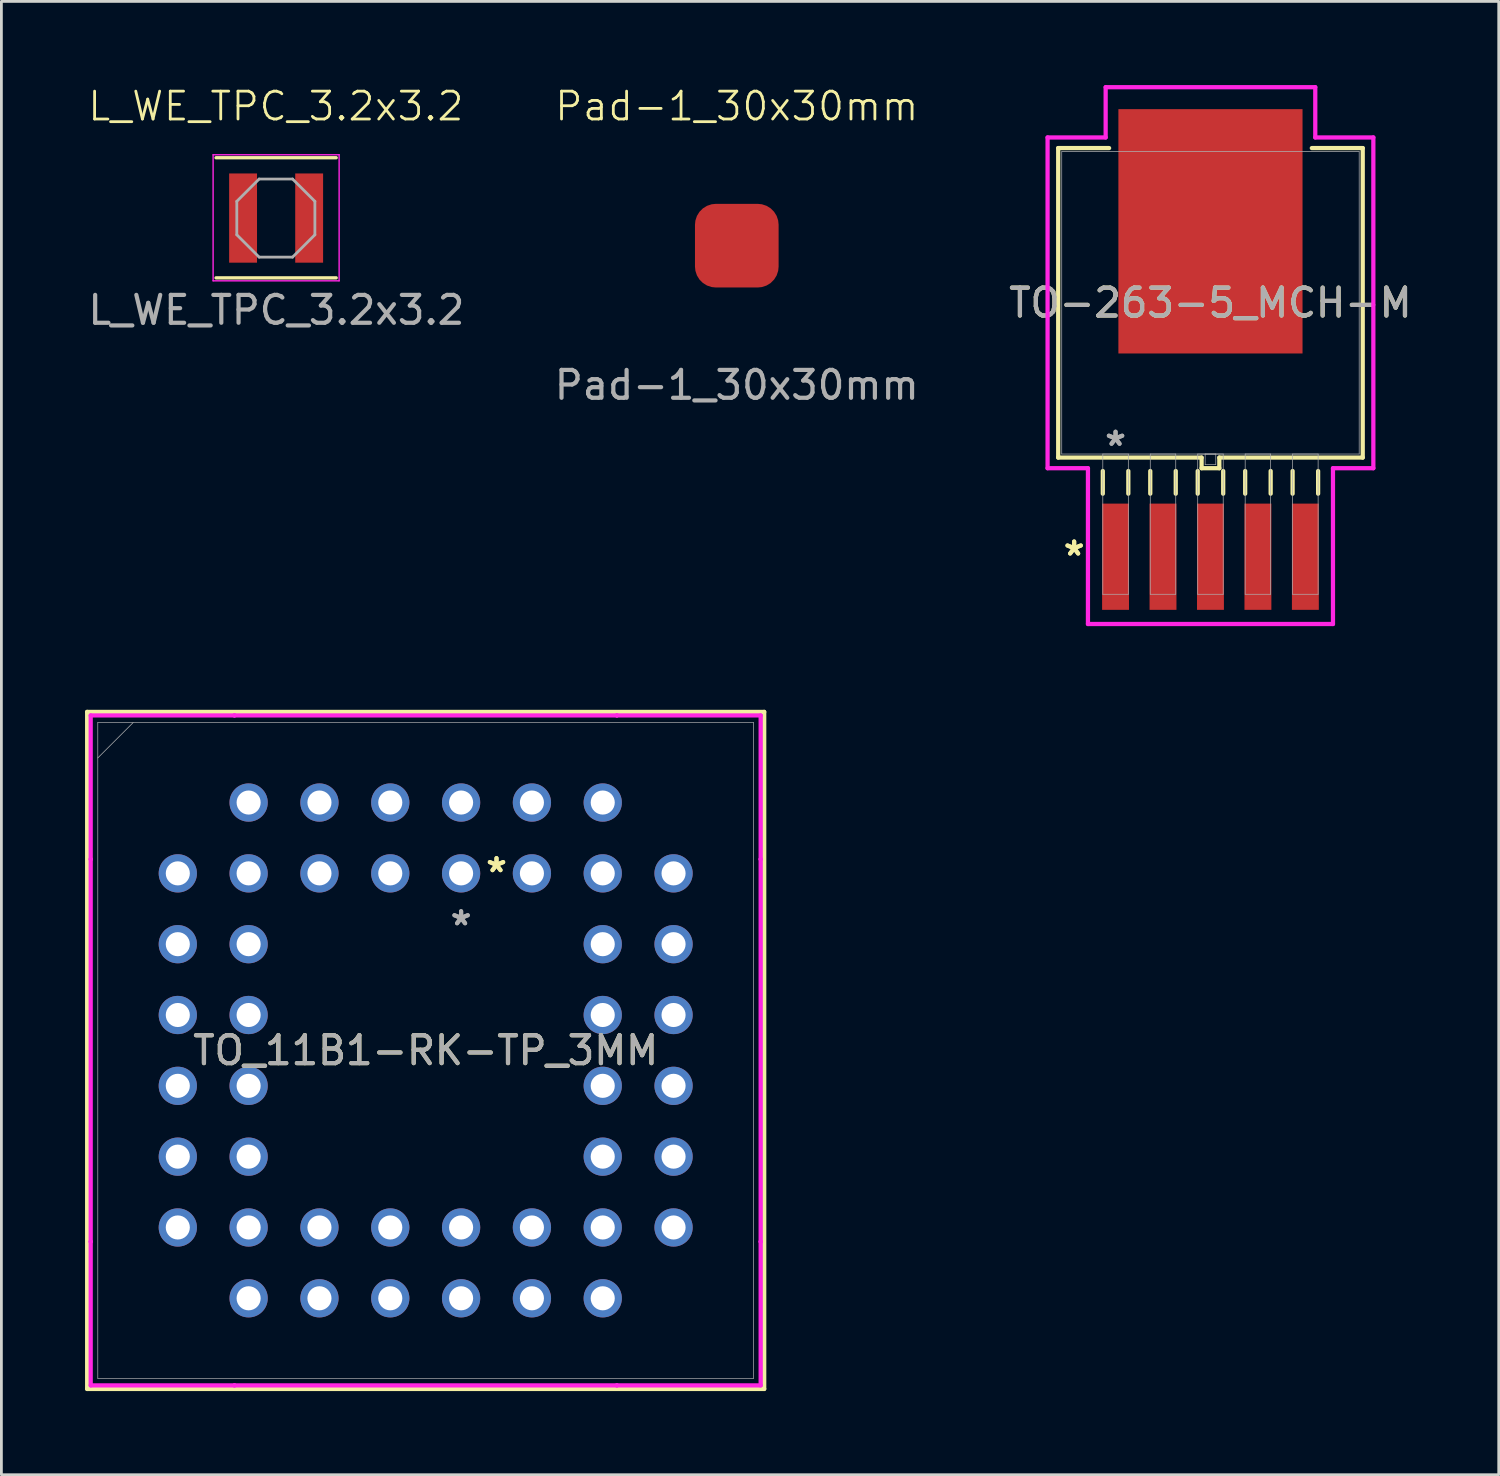
<source format=kicad_pcb>
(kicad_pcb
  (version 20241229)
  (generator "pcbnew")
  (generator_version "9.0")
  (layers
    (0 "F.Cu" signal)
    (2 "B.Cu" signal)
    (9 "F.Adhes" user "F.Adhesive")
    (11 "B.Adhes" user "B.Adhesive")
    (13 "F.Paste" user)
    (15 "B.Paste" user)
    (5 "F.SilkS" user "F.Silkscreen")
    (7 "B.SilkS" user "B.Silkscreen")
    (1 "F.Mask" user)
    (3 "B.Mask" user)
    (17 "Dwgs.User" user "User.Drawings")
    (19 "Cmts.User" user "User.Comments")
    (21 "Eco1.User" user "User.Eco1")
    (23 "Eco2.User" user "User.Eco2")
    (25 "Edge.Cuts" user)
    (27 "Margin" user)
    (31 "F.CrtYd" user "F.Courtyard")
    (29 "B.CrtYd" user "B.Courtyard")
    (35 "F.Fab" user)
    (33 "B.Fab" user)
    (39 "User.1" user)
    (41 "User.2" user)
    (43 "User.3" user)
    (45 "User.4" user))
  (footprint "L_WE_TPC_3.2x3.2"
    (layer "F.Cu")
    (at 6.843 4.771)
    (property "Reference" "L_WE_TPC_3.2x3.2" (at 0 -4.01 0) (unlocked yes) (layer "F.SilkS") (effects (font (size 1 1) (thickness 0.1))))
    (attr smd)
    (fp_line (start -2.144 -2.164) (end 2.164 -2.164) (stroke (width 0.12) (type solid)) (layer "F.SilkS"))
    (fp_line (start 2.164 2.144) (end -2.144 2.144) (stroke (width 0.12) (type solid)) (layer "F.SilkS"))
    (fp_line (start -2.25 -2.27) (end 2.27 -2.27) (stroke (width 0.05) (type solid)) (layer "F.CrtYd"))
    (fp_line (start -2.25 2.25) (end -2.25 -2.27) (stroke (width 0.05) (type solid)) (layer "F.CrtYd"))
    (fp_line (start 2.27 -2.27) (end 2.27 2.25) (stroke (width 0.05) (type solid)) (layer "F.CrtYd"))
    (fp_line (start 2.27 2.25) (end -2.25 2.25) (stroke (width 0.05) (type solid)) (layer "F.CrtYd"))
    (fp_line (start -1.4 -0.6) (end -1.4 0.6) (stroke (width 0.1) (type solid)) (layer "F.Fab"))
    (fp_line (start -1.4 0.6) (end -0.6 1.4) (stroke (width 0.1) (type default)) (layer "F.Fab"))
    (fp_line (start -0.6 -1.4) (end -1.4 -0.6) (stroke (width 0.1) (type default)) (layer "F.Fab"))
    (fp_line (start -0.6 -1.4) (end 0.6 -1.4) (stroke (width 0.1) (type solid)) (layer "F.Fab"))
    (fp_line (start 0.6 1.4) (end -0.6 1.4) (stroke (width 0.1) (type solid)) (layer "F.Fab"))
    (fp_line (start 0.6 1.4) (end 1.4 0.6) (stroke (width 0.1) (type default)) (layer "F.Fab"))
    (fp_line (start 1.4 -0.6) (end 0.6 -1.4) (stroke (width 0.1) (type default)) (layer "F.Fab"))
    (fp_line (start 1.4 0.6) (end 1.4 -0.6) (stroke (width 0.1) (type solid)) (layer "F.Fab"))
    (fp_text user "${REFERENCE}" (at 0.02 3.3 0) (unlocked yes) (layer "F.Fab") (effects (font (size 1 1) (thickness 0.15))))
    (pad "1" smd rect (at -1.175 0) (size 1 3.2) (layers "F.Cu" "F.Mask" "F.Paste"))
    (pad "2" smd rect (at 1.195 0) (size 1 3.2) (layers "F.Cu" "F.Mask" "F.Paste")))
  (footprint "Pad-1_30x30mm"
    (layer "F.Cu")
    (at 23.375 5.761)
    (property "Reference" "Pad-1_30x30mm" (at 0 -5 0) (unlocked yes) (layer "F.SilkS") (effects (font (size 1 1) (thickness 0.1))))
    (attr smd)
    (fp_text user "${REFERENCE}" (at 0 5 0) (unlocked yes) (layer "F.Fab") (effects (font (size 1 1) (thickness 0.15))))
    (pad "1" smd roundrect (at 0 0) (size 3 3) (layers "F.Cu" "F.Mask" "F.Paste") (roundrect_rratio 0.25)))
  (footprint "TO-263-5_MCH-M"
    (layer "F.Cu")
    (at 40.363 7.811)
    (property "Reference" "TO-263-5_MCH-M" (at 0 0 0) (unlocked yes) (layer "F.SilkS") (effects (font (size 1 1) (thickness 0.15))))
    (attr smd)
    (fp_line (start -5.461 -5.55) (end -5.461 5.55) (stroke (width 0.152) (type solid)) (layer "F.SilkS"))
    (fp_line (start -5.461 5.55) (end -0.318 5.55) (stroke (width 0.152) (type solid)) (layer "F.SilkS"))
    (fp_line (start -3.861 6.032) (end -3.861 6.845) (stroke (width 0.152) (type solid)) (layer "F.SilkS"))
    (fp_line (start -3.635 -5.55) (end -5.461 -5.55) (stroke (width 0.152) (type solid)) (layer "F.SilkS"))
    (fp_line (start -2.946 6.032) (end -2.946 6.845) (stroke (width 0.152) (type solid)) (layer "F.SilkS"))
    (fp_line (start -2.159 6.032) (end -2.159 6.845) (stroke (width 0.152) (type solid)) (layer "F.SilkS"))
    (fp_line (start -1.245 6.032) (end -1.245 6.845) (stroke (width 0.152) (type solid)) (layer "F.SilkS"))
    (fp_line (start -0.457 6.032) (end -0.457 6.845) (stroke (width 0.152) (type solid)) (layer "F.SilkS"))
    (fp_line (start -0.318 5.55) (end -0.318 5.931) (stroke (width 0.152) (type solid)) (layer "F.SilkS"))
    (fp_line (start -0.318 5.931) (end 0.318 5.931) (stroke (width 0.152) (type solid)) (layer "F.SilkS"))
    (fp_line (start 0.318 5.55) (end 5.461 5.55) (stroke (width 0.152) (type solid)) (layer "F.SilkS"))
    (fp_line (start 0.318 5.931) (end 0.318 5.55) (stroke (width 0.152) (type solid)) (layer "F.SilkS"))
    (fp_line (start 0.457 6.032) (end 0.457 6.845) (stroke (width 0.152) (type solid)) (layer "F.SilkS"))
    (fp_line (start 1.245 6.032) (end 1.245 6.845) (stroke (width 0.152) (type solid)) (layer "F.SilkS"))
    (fp_line (start 2.159 6.032) (end 2.159 6.845) (stroke (width 0.152) (type solid)) (layer "F.SilkS"))
    (fp_line (start 2.946 6.032) (end 2.946 6.845) (stroke (width 0.152) (type solid)) (layer "F.SilkS"))
    (fp_line (start 3.861 6.032) (end 3.861 6.845) (stroke (width 0.152) (type solid)) (layer "F.SilkS"))
    (fp_line (start 5.461 -5.55) (end 3.635 -5.55) (stroke (width 0.152) (type solid)) (layer "F.SilkS"))
    (fp_line (start 5.461 5.55) (end 5.461 -5.55) (stroke (width 0.152) (type solid)) (layer "F.SilkS"))
    (fp_line (start -5.842 -5.931) (end -3.759 -5.931) (stroke (width 0.152) (type solid)) (layer "F.CrtYd"))
    (fp_line (start -5.842 5.931) (end -5.842 -5.931) (stroke (width 0.152) (type solid)) (layer "F.CrtYd"))
    (fp_line (start -4.394 5.931) (end -5.842 5.931) (stroke (width 0.152) (type solid)) (layer "F.CrtYd"))
    (fp_line (start -4.394 11.519) (end -4.394 5.931) (stroke (width 0.152) (type solid)) (layer "F.CrtYd"))
    (fp_line (start -3.759 -7.734) (end 3.759 -7.734) (stroke (width 0.152) (type solid)) (layer "F.CrtYd"))
    (fp_line (start -3.759 -5.931) (end -3.759 -7.734) (stroke (width 0.152) (type solid)) (layer "F.CrtYd"))
    (fp_line (start 3.759 -7.734) (end 3.759 -5.931) (stroke (width 0.152) (type solid)) (layer "F.CrtYd"))
    (fp_line (start 3.759 -5.931) (end 5.842 -5.931) (stroke (width 0.152) (type solid)) (layer "F.CrtYd"))
    (fp_line (start 4.394 5.931) (end 4.394 11.519) (stroke (width 0.152) (type solid)) (layer "F.CrtYd"))
    (fp_line (start 4.394 11.519) (end -4.394 11.519) (stroke (width 0.152) (type solid)) (layer "F.CrtYd"))
    (fp_line (start 5.842 -5.931) (end 5.842 5.931) (stroke (width 0.152) (type solid)) (layer "F.CrtYd"))
    (fp_line (start 5.842 5.931) (end 4.394 5.931) (stroke (width 0.152) (type solid)) (layer "F.CrtYd"))
    (fp_line (start -5.334 -5.423) (end -5.334 5.423) (stroke (width 0.025) (type solid)) (layer "F.Fab"))
    (fp_line (start -5.334 5.423) (end 5.334 5.423) (stroke (width 0.025) (type solid)) (layer "F.Fab"))
    (fp_line (start -3.861 5.423) (end -3.861 10.452) (stroke (width 0.025) (type solid)) (layer "F.Fab"))
    (fp_line (start -3.861 10.452) (end -2.946 10.452) (stroke (width 0.025) (type solid)) (layer "F.Fab"))
    (fp_line (start -2.946 5.423) (end -3.861 5.423) (stroke (width 0.025) (type solid)) (layer "F.Fab"))
    (fp_line (start -2.946 10.452) (end -2.946 5.423) (stroke (width 0.025) (type solid)) (layer "F.Fab"))
    (fp_line (start -2.159 5.423) (end -2.159 10.452) (stroke (width 0.025) (type solid)) (layer "F.Fab"))
    (fp_line (start -2.159 10.452) (end -1.245 10.452) (stroke (width 0.025) (type solid)) (layer "F.Fab"))
    (fp_line (start -1.245 5.423) (end -2.159 5.423) (stroke (width 0.025) (type solid)) (layer "F.Fab"))
    (fp_line (start -1.245 10.452) (end -1.245 5.423) (stroke (width 0.025) (type solid)) (layer "F.Fab"))
    (fp_line (start -0.457 5.423) (end -0.457 10.452) (stroke (width 0.025) (type solid)) (layer "F.Fab"))
    (fp_line (start -0.457 10.452) (end 0.457 10.452) (stroke (width 0.025) (type solid)) (layer "F.Fab"))
    (fp_line (start -0.191 5.423) (end -0.191 5.804) (stroke (width 0.025) (type solid)) (layer "F.Fab"))
    (fp_line (start -0.191 5.804) (end 0.191 5.804) (stroke (width 0.025) (type solid)) (layer "F.Fab"))
    (fp_line (start 0.191 5.423) (end -0.191 5.423) (stroke (width 0.025) (type solid)) (layer "F.Fab"))
    (fp_line (start 0.191 5.804) (end 0.191 5.423) (stroke (width 0.025) (type solid)) (layer "F.Fab"))
    (fp_line (start 0.457 5.423) (end -0.457 5.423) (stroke (width 0.025) (type solid)) (layer "F.Fab"))
    (fp_line (start 0.457 10.452) (end 0.457 5.423) (stroke (width 0.025) (type solid)) (layer "F.Fab"))
    (fp_line (start 1.245 5.423) (end 1.245 10.452) (stroke (width 0.025) (type solid)) (layer "F.Fab"))
    (fp_line (start 1.245 10.452) (end 2.159 10.452) (stroke (width 0.025) (type solid)) (layer "F.Fab"))
    (fp_line (start 2.159 5.423) (end 1.245 5.423) (stroke (width 0.025) (type solid)) (layer "F.Fab"))
    (fp_line (start 2.159 10.452) (end 2.159 5.423) (stroke (width 0.025) (type solid)) (layer "F.Fab"))
    (fp_line (start 2.946 5.423) (end 2.946 10.452) (stroke (width 0.025) (type solid)) (layer "F.Fab"))
    (fp_line (start 2.946 10.452) (end 3.861 10.452) (stroke (width 0.025) (type solid)) (layer "F.Fab"))
    (fp_line (start 3.861 5.423) (end 2.946 5.423) (stroke (width 0.025) (type solid)) (layer "F.Fab"))
    (fp_line (start 3.861 10.452) (end 3.861 5.423) (stroke (width 0.025) (type solid)) (layer "F.Fab"))
    (fp_line (start 5.334 -5.423) (end -5.334 -5.423) (stroke (width 0.025) (type solid)) (layer "F.Fab"))
    (fp_line (start 5.334 5.423) (end 5.334 -5.423) (stroke (width 0.025) (type solid)) (layer "F.Fab"))
    (fp_text user "*" (at -4.889 9.106 0) (layer "F.SilkS") (effects (font (size 1 1) (thickness 0.15))))
    (fp_text user "*" (at -4.889 9.106 0) (unlocked yes) (layer "F.SilkS") (effects (font (size 1 1) (thickness 0.15))))
    (fp_text user "${REFERENCE}" (at 0 0 0) (unlocked yes) (layer "F.Fab") (effects (font (size 1 1) (thickness 0.15))))
    (fp_text user "*" (at -3.404 5.169 0) (unlocked yes) (layer "F.Fab") (effects (font (size 1 1) (thickness 0.15))))
    (fp_text user "*" (at -3.404 5.169 0) (layer "F.Fab") (effects (font (size 1 1) (thickness 0.15))))
    (pad "1" smd rect (at -3.404 9.106) (size 0.965 3.81) (layers "F.Cu" "F.Mask" "F.Paste"))
    (pad "2" smd rect (at -1.702 9.106) (size 0.965 3.81) (layers "F.Cu" "F.Mask" "F.Paste"))
    (pad "3" smd rect (at 0 9.106) (size 0.965 3.81) (layers "F.Cu" "F.Mask" "F.Paste"))
    (pad "4" smd rect (at 1.702 9.106) (size 0.965 3.81) (layers "F.Cu" "F.Mask" "F.Paste"))
    (pad "5" smd rect (at 3.404 9.106) (size 0.965 3.81) (layers "F.Cu" "F.Mask" "F.Paste"))
    (pad "6" smd rect (at 0 -2.565) (size 6.604 8.763) (layers "F.Cu" "F.Mask" "F.Paste")))
  (footprint "TO_11B1-RK-TP_3MM"
    (layer "F.Cu")
    (at 13.487 28.273)
    (property "Reference" "TO_11B1-RK-TP_3MM" (at -1.27 6.35 0) (unlocked yes) (layer "F.SilkS") (effects (font (size 1 1) (thickness 0.15))))
    (attr through_hole)
    (fp_line (start -13.411 -5.791) (end -13.411 18.491) (stroke (width 0.152) (type solid)) (layer "F.SilkS"))
    (fp_line (start -13.411 18.491) (end 10.871 18.491) (stroke (width 0.152) (type solid)) (layer "F.SilkS"))
    (fp_line (start 10.871 -5.791) (end -13.411 -5.791) (stroke (width 0.152) (type solid)) (layer "F.SilkS"))
    (fp_line (start 10.871 18.491) (end 10.871 -5.791) (stroke (width 0.152) (type solid)) (layer "F.SilkS"))
    (fp_poly (pts (xy -0.191 15.05) (xy -0.191 15.303) (xy 0.191 15.303) (xy 0.191 15.05)) (stroke (width 0) (type solid)) (fill yes) (layer "F.SilkS"))
    (fp_poly (pts (xy 2.349 -2.349) (xy 2.349 -2.603) (xy 2.731 -2.603) (xy 2.731 -2.349)) (stroke (width 0) (type solid)) (fill yes) (layer "F.SilkS"))
    (fp_line (start -13.284 -5.664) (end -8.128 -5.664) (stroke (width 0.152) (type solid)) (layer "F.CrtYd"))
    (fp_line (start -13.284 -0.508) (end -13.284 -5.664) (stroke (width 0.152) (type solid)) (layer "F.CrtYd"))
    (fp_line (start -13.284 -0.508) (end -13.284 -0.508) (stroke (width 0.152) (type solid)) (layer "F.CrtYd"))
    (fp_line (start -13.284 13.208) (end -13.284 -0.508) (stroke (width 0.152) (type solid)) (layer "F.CrtYd"))
    (fp_line (start -13.284 13.208) (end -13.284 13.208) (stroke (width 0.152) (type solid)) (layer "F.CrtYd"))
    (fp_line (start -13.284 18.364) (end -13.284 13.208) (stroke (width 0.152) (type solid)) (layer "F.CrtYd"))
    (fp_line (start -8.128 -5.664) (end -8.128 -5.664) (stroke (width 0.152) (type solid)) (layer "F.CrtYd"))
    (fp_line (start -8.128 -5.664) (end 5.588 -5.664) (stroke (width 0.152) (type solid)) (layer "F.CrtYd"))
    (fp_line (start -8.128 18.364) (end -13.284 18.364) (stroke (width 0.152) (type solid)) (layer "F.CrtYd"))
    (fp_line (start -8.128 18.364) (end -8.128 18.364) (stroke (width 0.152) (type solid)) (layer "F.CrtYd"))
    (fp_line (start 5.588 -5.664) (end 5.588 -5.664) (stroke (width 0.152) (type solid)) (layer "F.CrtYd"))
    (fp_line (start 5.588 -5.664) (end 10.744 -5.664) (stroke (width 0.152) (type solid)) (layer "F.CrtYd"))
    (fp_line (start 5.588 18.364) (end -8.128 18.364) (stroke (width 0.152) (type solid)) (layer "F.CrtYd"))
    (fp_line (start 5.588 18.364) (end 5.588 18.364) (stroke (width 0.152) (type solid)) (layer "F.CrtYd"))
    (fp_line (start 10.744 -5.664) (end 10.744 -0.508) (stroke (width 0.152) (type solid)) (layer "F.CrtYd"))
    (fp_line (start 10.744 -0.508) (end 10.744 -0.508) (stroke (width 0.152) (type solid)) (layer "F.CrtYd"))
    (fp_line (start 10.744 -0.508) (end 10.744 13.208) (stroke (width 0.152) (type solid)) (layer "F.CrtYd"))
    (fp_line (start 10.744 13.208) (end 10.744 13.208) (stroke (width 0.152) (type solid)) (layer "F.CrtYd"))
    (fp_line (start 10.744 13.208) (end 10.744 18.364) (stroke (width 0.152) (type solid)) (layer "F.CrtYd"))
    (fp_line (start 10.744 18.364) (end 5.588 18.364) (stroke (width 0.152) (type solid)) (layer "F.CrtYd"))
    (fp_line (start -13.03 -5.41) (end -13.03 18.11) (stroke (width 0.025) (type solid)) (layer "F.Fab"))
    (fp_line (start -13.03 -4.14) (end -11.76 -5.41) (stroke (width 0.025) (type solid)) (layer "F.Fab"))
    (fp_line (start -13.03 18.11) (end 10.49 18.11) (stroke (width 0.025) (type solid)) (layer "F.Fab"))
    (fp_line (start 10.49 -5.41) (end -13.03 -5.41) (stroke (width 0.025) (type solid)) (layer "F.Fab"))
    (fp_line (start 10.49 18.11) (end 10.49 -5.41) (stroke (width 0.025) (type solid)) (layer "F.Fab"))
    (fp_text user "*" (at 1.27 0 0) (layer "F.SilkS") (effects (font (size 1 1) (thickness 0.15))))
    (fp_text user "*" (at 1.27 0 0) (unlocked yes) (layer "F.SilkS") (effects (font (size 1 1) (thickness 0.15))))
    (fp_text user "*" (at 0 1.905 0) (unlocked yes) (layer "F.Fab") (effects (font (size 1 1) (thickness 0.15))))
    (fp_text user "${REFERENCE}" (at -1.27 6.35 0) (unlocked yes) (layer "F.Fab") (effects (font (size 1 1) (thickness 0.15))))
    (fp_text user "*" (at 0 1.905 0) (layer "F.Fab") (effects (font (size 1 1) (thickness 0.15))))
    (pad "1" thru_hole circle (at 0 0) (size 1.372 1.372) (drill 0.864) (layers "*.Cu" "*.Mask"))
    (pad "2" thru_hole circle (at -2.54 -2.54) (size 1.372 1.372) (drill 0.864) (layers "*.Cu" "*.Mask"))
    (pad "3" thru_hole circle (at -2.54 0) (size 1.372 1.372) (drill 0.864) (layers "*.Cu" "*.Mask"))
    (pad "4" thru_hole circle (at -5.08 -2.54) (size 1.372 1.372) (drill 0.864) (layers "*.Cu" "*.Mask"))
    (pad "5" thru_hole circle (at -5.08 0) (size 1.372 1.372) (drill 0.864) (layers "*.Cu" "*.Mask"))
    (pad "6" thru_hole circle (at -7.62 -2.54) (size 1.372 1.372) (drill 0.864) (layers "*.Cu" "*.Mask"))
    (pad "7" thru_hole circle (at -10.16 0 90) (size 1.372 1.372) (drill 0.864) (layers "*.Cu" "*.Mask"))
    (pad "8" thru_hole circle (at -7.62 0 90) (size 1.372 1.372) (drill 0.864) (layers "*.Cu" "*.Mask"))
    (pad "9" thru_hole circle (at -10.16 2.54 90) (size 1.372 1.372) (drill 0.864) (layers "*.Cu" "*.Mask"))
    (pad "10" thru_hole circle (at -7.62 2.54 90) (size 1.372 1.372) (drill 0.864) (layers "*.Cu" "*.Mask"))
    (pad "11" thru_hole circle (at -10.16 5.08 90) (size 1.372 1.372) (drill 0.864) (layers "*.Cu" "*.Mask"))
    (pad "12" thru_hole circle (at -7.62 5.08 90) (size 1.372 1.372) (drill 0.864) (layers "*.Cu" "*.Mask"))
    (pad "13" thru_hole circle (at -10.16 7.62 90) (size 1.372 1.372) (drill 0.864) (layers "*.Cu" "*.Mask"))
    (pad "14" thru_hole circle (at -7.62 7.62 90) (size 1.372 1.372) (drill 0.864) (layers "*.Cu" "*.Mask"))
    (pad "15" thru_hole circle (at -10.16 10.16 90) (size 1.372 1.372) (drill 0.864) (layers "*.Cu" "*.Mask"))
    (pad "16" thru_hole circle (at -7.62 10.16 90) (size 1.372 1.372) (drill 0.864) (layers "*.Cu" "*.Mask"))
    (pad "17" thru_hole circle (at -10.16 12.7 90) (size 1.372 1.372) (drill 0.864) (layers "*.Cu" "*.Mask"))
    (pad "18" thru_hole circle (at -7.62 15.24) (size 1.372 1.372) (drill 0.864) (layers "*.Cu" "*.Mask"))
    (pad "19" thru_hole circle (at -7.62 12.7 90) (size 1.372 1.372) (drill 0.864) (layers "*.Cu" "*.Mask"))
    (pad "20" thru_hole circle (at -5.08 15.24) (size 1.372 1.372) (drill 0.864) (layers "*.Cu" "*.Mask"))
    (pad "21" thru_hole circle (at -5.08 12.7) (size 1.372 1.372) (drill 0.864) (layers "*.Cu" "*.Mask"))
    (pad "22" thru_hole circle (at -2.54 15.24) (size 1.372 1.372) (drill 0.864) (layers "*.Cu" "*.Mask"))
    (pad "23" thru_hole circle (at -2.54 12.7) (size 1.372 1.372) (drill 0.864) (layers "*.Cu" "*.Mask"))
    (pad "24" thru_hole circle (at 0 15.24) (size 1.372 1.372) (drill 0.864) (layers "*.Cu" "*.Mask"))
    (pad "25" thru_hole circle (at 0 12.7) (size 1.372 1.372) (drill 0.864) (layers "*.Cu" "*.Mask"))
    (pad "26" thru_hole circle (at 2.54 15.24) (size 1.372 1.372) (drill 0.864) (layers "*.Cu" "*.Mask"))
    (pad "27" thru_hole circle (at 2.54 12.7) (size 1.372 1.372) (drill 0.864) (layers "*.Cu" "*.Mask"))
    (pad "28" thru_hole circle (at 5.08 15.24) (size 1.372 1.372) (drill 0.864) (layers "*.Cu" "*.Mask"))
    (pad "29" thru_hole circle (at 7.62 12.7 90) (size 1.372 1.372) (drill 0.864) (layers "*.Cu" "*.Mask"))
    (pad "30" thru_hole circle (at 5.08 12.7 90) (size 1.372 1.372) (drill 0.864) (layers "*.Cu" "*.Mask"))
    (pad "31" thru_hole circle (at 7.62 10.16 90) (size 1.372 1.372) (drill 0.864) (layers "*.Cu" "*.Mask"))
    (pad "32" thru_hole circle (at 5.08 10.16 90) (size 1.372 1.372) (drill 0.864) (layers "*.Cu" "*.Mask"))
    (pad "33" thru_hole circle (at 7.62 7.62 90) (size 1.372 1.372) (drill 0.864) (layers "*.Cu" "*.Mask"))
    (pad "34" thru_hole circle (at 5.08 7.62 90) (size 1.372 1.372) (drill 0.864) (layers "*.Cu" "*.Mask"))
    (pad "35" thru_hole circle (at 7.62 5.08 90) (size 1.372 1.372) (drill 0.864) (layers "*.Cu" "*.Mask"))
    (pad "36" thru_hole circle (at 5.08 5.08 90) (size 1.372 1.372) (drill 0.864) (layers "*.Cu" "*.Mask"))
    (pad "37" thru_hole circle (at 7.62 2.54 90) (size 1.372 1.372) (drill 0.864) (layers "*.Cu" "*.Mask"))
    (pad "38" thru_hole circle (at 5.08 2.54 90) (size 1.372 1.372) (drill 0.864) (layers "*.Cu" "*.Mask"))
    (pad "39" thru_hole circle (at 7.62 0 90) (size 1.372 1.372) (drill 0.864) (layers "*.Cu" "*.Mask"))
    (pad "40" thru_hole circle (at 5.08 -2.54) (size 1.372 1.372) (drill 0.864) (layers "*.Cu" "*.Mask"))
    (pad "41" thru_hole circle (at 5.08 0 90) (size 1.372 1.372) (drill 0.864) (layers "*.Cu" "*.Mask"))
    (pad "42" thru_hole circle (at 2.54 -2.54) (size 1.372 1.372) (drill 0.864) (layers "*.Cu" "*.Mask"))
    (pad "43" thru_hole circle (at 2.54 0) (size 1.372 1.372) (drill 0.864) (layers "*.Cu" "*.Mask"))
    (pad "44" thru_hole circle (at 0 -2.54) (size 1.372 1.372) (drill 0.864) (layers "*.Cu" "*.Mask")))
  (gr_rect
    (start -3 -3)
    (end 50.702 49.84)
    (stroke (width 0.1) (type default))
    (fill no)
    (layer "Edge.Cuts")))
</source>
